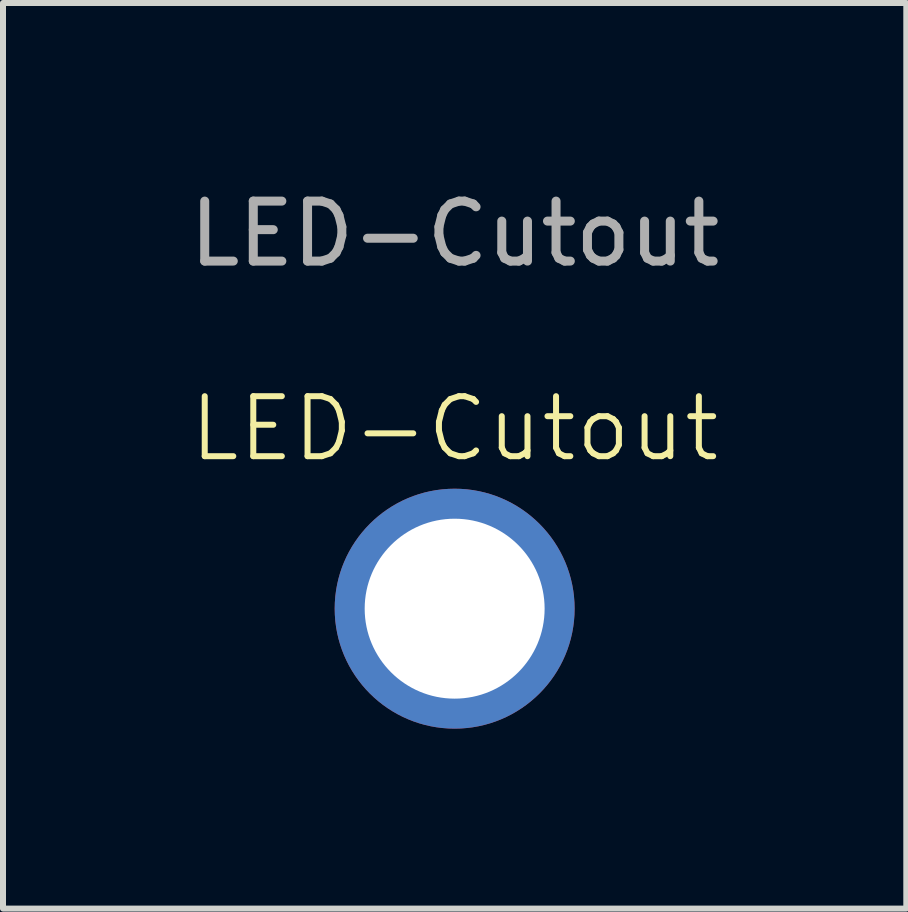
<source format=kicad_pcb>
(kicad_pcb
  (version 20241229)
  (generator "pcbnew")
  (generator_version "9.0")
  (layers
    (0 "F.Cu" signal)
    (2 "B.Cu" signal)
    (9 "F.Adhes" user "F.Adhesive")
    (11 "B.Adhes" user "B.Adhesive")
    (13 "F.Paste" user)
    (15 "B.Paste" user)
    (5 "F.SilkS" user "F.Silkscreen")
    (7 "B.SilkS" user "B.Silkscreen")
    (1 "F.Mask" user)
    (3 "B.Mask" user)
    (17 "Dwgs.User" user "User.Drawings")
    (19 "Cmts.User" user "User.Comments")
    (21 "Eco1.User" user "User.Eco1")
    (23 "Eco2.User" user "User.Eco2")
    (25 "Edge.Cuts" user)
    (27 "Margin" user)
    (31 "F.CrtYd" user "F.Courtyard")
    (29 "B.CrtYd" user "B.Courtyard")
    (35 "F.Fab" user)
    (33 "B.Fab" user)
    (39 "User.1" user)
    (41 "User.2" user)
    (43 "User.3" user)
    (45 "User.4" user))
  (footprint "LED-Cutout"
    (layer "F.Cu")
    (at 4.53 7.098)
    (property "Reference" "LED-Cutout" (at 0 -3 0) (unlocked yes) (layer "F.SilkS") (effects (font (size 1 1) (thickness 0.1))))
    (attr through_hole)
    (fp_text user "${REFERENCE}" (at 0 -6.25 0) (unlocked yes) (layer "F.Fab") (effects (font (size 1 1) (thickness 0.15))))
    (pad "1" thru_hole circle (at 0 0 90) (size 4 4) (drill 3) (layers "*.Cu" "*.Mask")))
  (gr_rect
    (start -3 -3)
    (end 12.06 12.098)
    (stroke (width 0.1) (type default))
    (fill no)
    (layer "Edge.Cuts")))
</source>
